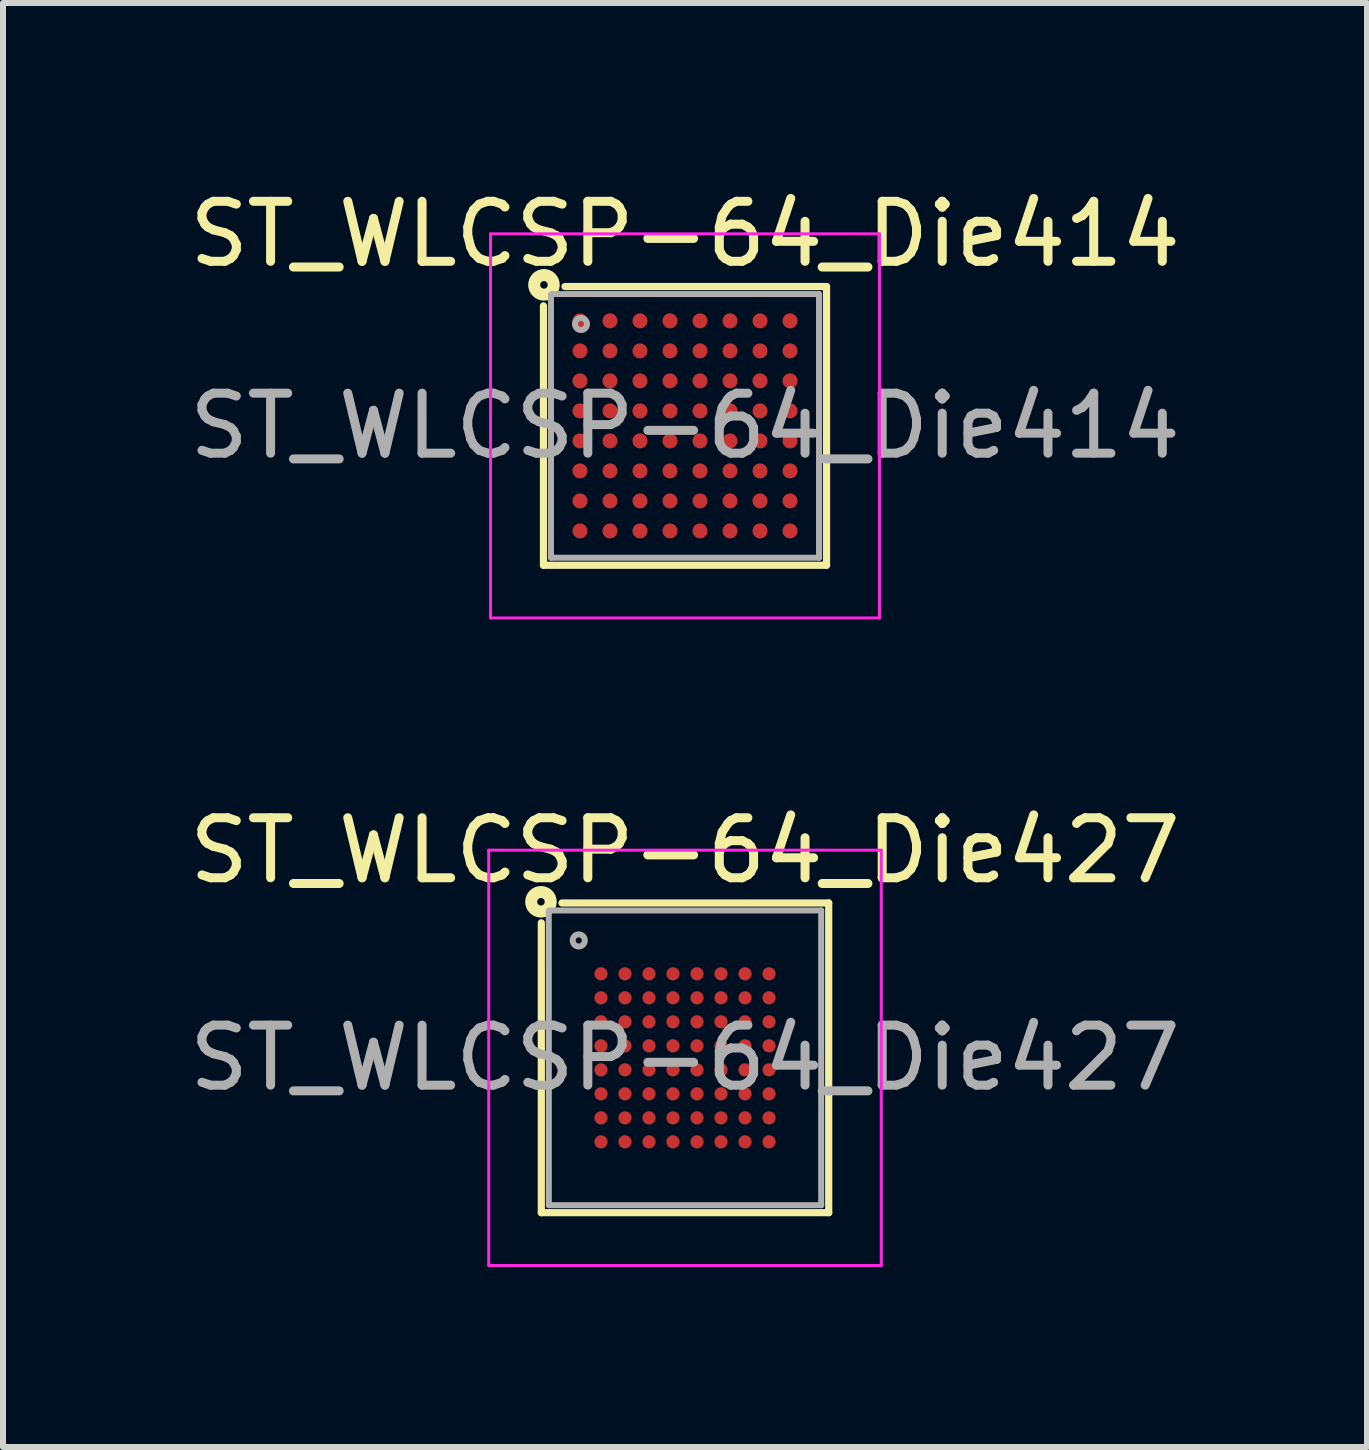
<source format=kicad_pcb>
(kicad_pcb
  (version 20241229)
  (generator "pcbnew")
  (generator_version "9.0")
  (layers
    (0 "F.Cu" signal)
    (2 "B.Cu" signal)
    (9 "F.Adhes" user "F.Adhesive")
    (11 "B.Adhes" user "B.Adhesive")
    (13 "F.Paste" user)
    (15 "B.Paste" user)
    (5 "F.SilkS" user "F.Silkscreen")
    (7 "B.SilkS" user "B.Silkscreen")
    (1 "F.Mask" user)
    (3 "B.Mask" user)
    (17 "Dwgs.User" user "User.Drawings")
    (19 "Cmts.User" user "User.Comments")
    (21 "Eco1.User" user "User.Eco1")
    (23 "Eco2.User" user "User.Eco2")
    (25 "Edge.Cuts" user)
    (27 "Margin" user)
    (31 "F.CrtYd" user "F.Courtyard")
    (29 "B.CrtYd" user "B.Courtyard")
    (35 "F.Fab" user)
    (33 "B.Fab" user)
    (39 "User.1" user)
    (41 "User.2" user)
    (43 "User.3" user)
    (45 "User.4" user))
  (footprint "ST_WLCSP-64_Die427"
    (layer "F.Cu")
    (at 8.363 14.575)
    (property "Reference" "ST_WLCSP-64_Die427" (at 0 -3.455 0) (layer "F.SilkS") (effects (font (size 1 1) (thickness 0.15))))
    (attr smd)
    (fp_line (start -2.394 2.58) (end -2.394 -2.25) (stroke (width 0.12) (type solid)) (layer "F.SilkS"))
    (fp_line (start -2.05 -2.58) (end 2.394 -2.58) (stroke (width 0.12) (type solid)) (layer "F.SilkS"))
    (fp_line (start 2.394 -2.58) (end 2.394 2.58) (stroke (width 0.12) (type solid)) (layer "F.SilkS"))
    (fp_line (start 2.394 2.58) (end -2.394 2.58) (stroke (width 0.12) (type solid)) (layer "F.SilkS"))
    (fp_circle (center -2.4 -2.6) (end -2.337 -2.6) (stroke (width 0.2) (type solid)) (fill no) (layer "F.SilkS"))
    (fp_line (start -3.27 -3.46) (end -3.27 3.46) (stroke (width 0.05) (type solid)) (layer "F.CrtYd"))
    (fp_line (start -3.27 3.46) (end 3.27 3.46) (stroke (width 0.05) (type solid)) (layer "F.CrtYd"))
    (fp_line (start 3.27 -3.46) (end -3.27 -3.46) (stroke (width 0.05) (type solid)) (layer "F.CrtYd"))
    (fp_line (start 3.27 3.46) (end 3.27 -3.46) (stroke (width 0.05) (type solid)) (layer "F.CrtYd"))
    (fp_line (start -2.269 2.455) (end -2.27 -2.45) (stroke (width 0.1) (type solid)) (layer "F.Fab"))
    (fp_line (start -2.26 -2.455) (end 2.269 -2.455) (stroke (width 0.1) (type solid)) (layer "F.Fab"))
    (fp_line (start 2.269 -2.455) (end 2.269 2.455) (stroke (width 0.1) (type solid)) (layer "F.Fab"))
    (fp_line (start 2.269 2.455) (end -2.269 2.455) (stroke (width 0.1) (type solid)) (layer "F.Fab"))
    (fp_circle (center -1.77 -1.956) (end -1.669 -1.956) (stroke (width 0.1) (type solid)) (fill no) (layer "F.Fab"))
    (fp_text user "${REFERENCE}" (at 0 0 0) (layer "F.Fab") (effects (font (size 1 1) (thickness 0.15))))
    (pad "A1" smd circle (at -1.4 -1.4) (size 0.22 0.22) (layers "F.Cu" "F.Mask" "F.Paste"))
    (pad "A2" smd circle (at -1 -1.4) (size 0.22 0.22) (layers "F.Cu" "F.Mask" "F.Paste"))
    (pad "A3" smd circle (at -0.6 -1.4) (size 0.22 0.22) (layers "F.Cu" "F.Mask" "F.Paste"))
    (pad "A4" smd circle (at -0.2 -1.4) (size 0.22 0.22) (layers "F.Cu" "F.Mask" "F.Paste"))
    (pad "A5" smd circle (at 0.2 -1.4) (size 0.22 0.22) (layers "F.Cu" "F.Mask" "F.Paste"))
    (pad "A6" smd circle (at 0.6 -1.4) (size 0.22 0.22) (layers "F.Cu" "F.Mask" "F.Paste"))
    (pad "A7" smd circle (at 1 -1.4) (size 0.22 0.22) (layers "F.Cu" "F.Mask" "F.Paste"))
    (pad "A8" smd circle (at 1.4 -1.4) (size 0.22 0.22) (layers "F.Cu" "F.Mask" "F.Paste"))
    (pad "B1" smd circle (at -1.4 -1) (size 0.22 0.22) (layers "F.Cu" "F.Mask" "F.Paste"))
    (pad "B2" smd circle (at -1 -1) (size 0.22 0.22) (layers "F.Cu" "F.Mask" "F.Paste"))
    (pad "B3" smd circle (at -0.6 -1) (size 0.22 0.22) (layers "F.Cu" "F.Mask" "F.Paste"))
    (pad "B4" smd circle (at -0.2 -1) (size 0.22 0.22) (layers "F.Cu" "F.Mask" "F.Paste"))
    (pad "B5" smd circle (at 0.2 -1) (size 0.22 0.22) (layers "F.Cu" "F.Mask" "F.Paste"))
    (pad "B6" smd circle (at 0.6 -1) (size 0.22 0.22) (layers "F.Cu" "F.Mask" "F.Paste"))
    (pad "B7" smd circle (at 1 -1) (size 0.22 0.22) (layers "F.Cu" "F.Mask" "F.Paste"))
    (pad "B8" smd circle (at 1.4 -1) (size 0.22 0.22) (layers "F.Cu" "F.Mask" "F.Paste"))
    (pad "C1" smd circle (at -1.4 -0.6) (size 0.22 0.22) (layers "F.Cu" "F.Mask" "F.Paste"))
    (pad "C2" smd circle (at -1 -0.6) (size 0.22 0.22) (layers "F.Cu" "F.Mask" "F.Paste"))
    (pad "C3" smd circle (at -0.6 -0.6) (size 0.22 0.22) (layers "F.Cu" "F.Mask" "F.Paste"))
    (pad "C4" smd circle (at -0.2 -0.6) (size 0.22 0.22) (layers "F.Cu" "F.Mask" "F.Paste"))
    (pad "C5" smd circle (at 0.2 -0.6) (size 0.22 0.22) (layers "F.Cu" "F.Mask" "F.Paste"))
    (pad "C6" smd circle (at 0.6 -0.6) (size 0.22 0.22) (layers "F.Cu" "F.Mask" "F.Paste"))
    (pad "C7" smd circle (at 1 -0.6) (size 0.22 0.22) (layers "F.Cu" "F.Mask" "F.Paste"))
    (pad "C8" smd circle (at 1.4 -0.6) (size 0.22 0.22) (layers "F.Cu" "F.Mask" "F.Paste"))
    (pad "D1" smd circle (at -1.4 -0.2) (size 0.22 0.22) (layers "F.Cu" "F.Mask" "F.Paste"))
    (pad "D2" smd circle (at -1 -0.2) (size 0.22 0.22) (layers "F.Cu" "F.Mask" "F.Paste"))
    (pad "D3" smd circle (at -0.6 -0.2) (size 0.22 0.22) (layers "F.Cu" "F.Mask" "F.Paste"))
    (pad "D4" smd circle (at -0.2 -0.2) (size 0.22 0.22) (layers "F.Cu" "F.Mask" "F.Paste"))
    (pad "D5" smd circle (at 0.2 -0.2) (size 0.22 0.22) (layers "F.Cu" "F.Mask" "F.Paste"))
    (pad "D6" smd circle (at 0.6 -0.2) (size 0.22 0.22) (layers "F.Cu" "F.Mask" "F.Paste"))
    (pad "D7" smd circle (at 1 -0.2) (size 0.22 0.22) (layers "F.Cu" "F.Mask" "F.Paste"))
    (pad "D8" smd circle (at 1.4 -0.2) (size 0.22 0.22) (layers "F.Cu" "F.Mask" "F.Paste"))
    (pad "E1" smd circle (at -1.4 0.2) (size 0.22 0.22) (layers "F.Cu" "F.Mask" "F.Paste"))
    (pad "E2" smd circle (at -1 0.2) (size 0.22 0.22) (layers "F.Cu" "F.Mask" "F.Paste"))
    (pad "E3" smd circle (at -0.6 0.2) (size 0.22 0.22) (layers "F.Cu" "F.Mask" "F.Paste"))
    (pad "E4" smd circle (at -0.2 0.2) (size 0.22 0.22) (layers "F.Cu" "F.Mask" "F.Paste"))
    (pad "E5" smd circle (at 0.2 0.2) (size 0.22 0.22) (layers "F.Cu" "F.Mask" "F.Paste"))
    (pad "E6" smd circle (at 0.6 0.2) (size 0.22 0.22) (layers "F.Cu" "F.Mask" "F.Paste"))
    (pad "E7" smd circle (at 1 0.2) (size 0.22 0.22) (layers "F.Cu" "F.Mask" "F.Paste"))
    (pad "E8" smd circle (at 1.4 0.2) (size 0.22 0.22) (layers "F.Cu" "F.Mask" "F.Paste"))
    (pad "F1" smd circle (at -1.4 0.6) (size 0.22 0.22) (layers "F.Cu" "F.Mask" "F.Paste"))
    (pad "F2" smd circle (at -1 0.6) (size 0.22 0.22) (layers "F.Cu" "F.Mask" "F.Paste"))
    (pad "F3" smd circle (at -0.6 0.6) (size 0.22 0.22) (layers "F.Cu" "F.Mask" "F.Paste"))
    (pad "F4" smd circle (at -0.2 0.6) (size 0.22 0.22) (layers "F.Cu" "F.Mask" "F.Paste"))
    (pad "F5" smd circle (at 0.2 0.6) (size 0.22 0.22) (layers "F.Cu" "F.Mask" "F.Paste"))
    (pad "F6" smd circle (at 0.6 0.6) (size 0.22 0.22) (layers "F.Cu" "F.Mask" "F.Paste"))
    (pad "F7" smd circle (at 1 0.6) (size 0.22 0.22) (layers "F.Cu" "F.Mask" "F.Paste"))
    (pad "F8" smd circle (at 1.4 0.6) (size 0.22 0.22) (layers "F.Cu" "F.Mask" "F.Paste"))
    (pad "G1" smd circle (at -1.4 1) (size 0.22 0.22) (layers "F.Cu" "F.Mask" "F.Paste"))
    (pad "G2" smd circle (at -1 1) (size 0.22 0.22) (layers "F.Cu" "F.Mask" "F.Paste"))
    (pad "G3" smd circle (at -0.6 1) (size 0.22 0.22) (layers "F.Cu" "F.Mask" "F.Paste"))
    (pad "G4" smd circle (at -0.2 1) (size 0.22 0.22) (layers "F.Cu" "F.Mask" "F.Paste"))
    (pad "G5" smd circle (at 0.2 1) (size 0.22 0.22) (layers "F.Cu" "F.Mask" "F.Paste"))
    (pad "G6" smd circle (at 0.6 1) (size 0.22 0.22) (layers "F.Cu" "F.Mask" "F.Paste"))
    (pad "G7" smd circle (at 1 1) (size 0.22 0.22) (layers "F.Cu" "F.Mask" "F.Paste"))
    (pad "G8" smd circle (at 1.4 1) (size 0.22 0.22) (layers "F.Cu" "F.Mask" "F.Paste"))
    (pad "H1" smd circle (at -1.4 1.4) (size 0.22 0.22) (layers "F.Cu" "F.Mask" "F.Paste"))
    (pad "H2" smd circle (at -1 1.4) (size 0.22 0.22) (layers "F.Cu" "F.Mask" "F.Paste"))
    (pad "H3" smd circle (at -0.6 1.4) (size 0.22 0.22) (layers "F.Cu" "F.Mask" "F.Paste"))
    (pad "H4" smd circle (at -0.2 1.4) (size 0.22 0.22) (layers "F.Cu" "F.Mask" "F.Paste"))
    (pad "H5" smd circle (at 0.2 1.4) (size 0.22 0.22) (layers "F.Cu" "F.Mask" "F.Paste"))
    (pad "H6" smd circle (at 0.6 1.4) (size 0.22 0.22) (layers "F.Cu" "F.Mask" "F.Paste"))
    (pad "H7" smd circle (at 1 1.4) (size 0.22 0.22) (layers "F.Cu" "F.Mask" "F.Paste"))
    (pad "H8" smd circle (at 1.4 1.4) (size 0.22 0.22) (layers "F.Cu" "F.Mask" "F.Paste")))
  (footprint "ST_WLCSP-64_Die414"
    (layer "F.Cu")
    (at 8.363 4.046)
    (property "Reference" "ST_WLCSP-64_Die414" (at 0 -3.197 0) (layer "F.SilkS") (effects (font (size 1 1) (thickness 0.15))))
    (attr smd)
    (fp_line (start -2.358 2.322) (end -2.358 -2) (stroke (width 0.12) (type solid)) (layer "F.SilkS"))
    (fp_line (start -2 -2.322) (end 2.358 -2.322) (stroke (width 0.12) (type solid)) (layer "F.SilkS"))
    (fp_line (start 2.358 -2.322) (end 2.358 2.322) (stroke (width 0.12) (type solid)) (layer "F.SilkS"))
    (fp_line (start 2.358 2.322) (end -2.358 2.322) (stroke (width 0.12) (type solid)) (layer "F.SilkS"))
    (fp_circle (center -2.35 -2.35) (end -2.287 -2.35) (stroke (width 0.2) (type solid)) (fill no) (layer "F.SilkS"))
    (fp_line (start -3.24 -3.2) (end -3.24 3.2) (stroke (width 0.05) (type solid)) (layer "F.CrtYd"))
    (fp_line (start -3.24 3.2) (end 3.24 3.2) (stroke (width 0.05) (type solid)) (layer "F.CrtYd"))
    (fp_line (start 3.24 -3.2) (end -3.24 -3.2) (stroke (width 0.05) (type solid)) (layer "F.CrtYd"))
    (fp_line (start 3.24 3.2) (end 3.24 -3.2) (stroke (width 0.05) (type solid)) (layer "F.CrtYd"))
    (fp_line (start -2.233 2.197) (end -2.233 -2.19) (stroke (width 0.1) (type solid)) (layer "F.Fab"))
    (fp_line (start -2.22 -2.197) (end 2.233 -2.197) (stroke (width 0.1) (type solid)) (layer "F.Fab"))
    (fp_line (start 2.233 -2.197) (end 2.233 2.197) (stroke (width 0.1) (type solid)) (layer "F.Fab"))
    (fp_line (start 2.233 2.197) (end -2.233 2.197) (stroke (width 0.1) (type solid)) (layer "F.Fab"))
    (fp_circle (center -1.733 -1.698) (end -1.633 -1.698) (stroke (width 0.1) (type solid)) (fill no) (layer "F.Fab"))
    (fp_text user "${REFERENCE}" (at 0 0 0) (layer "F.Fab") (effects (font (size 1 1) (thickness 0.15))))
    (pad "A1" smd circle (at -1.75 -1.75) (size 0.25 0.25) (layers "F.Cu" "F.Mask" "F.Paste"))
    (pad "A2" smd circle (at -1.25 -1.75) (size 0.25 0.25) (layers "F.Cu" "F.Mask" "F.Paste"))
    (pad "A3" smd circle (at -0.75 -1.75) (size 0.25 0.25) (layers "F.Cu" "F.Mask" "F.Paste"))
    (pad "A4" smd circle (at -0.25 -1.75) (size 0.25 0.25) (layers "F.Cu" "F.Mask" "F.Paste"))
    (pad "A5" smd circle (at 0.25 -1.75) (size 0.25 0.25) (layers "F.Cu" "F.Mask" "F.Paste"))
    (pad "A6" smd circle (at 0.75 -1.75) (size 0.25 0.25) (layers "F.Cu" "F.Mask" "F.Paste"))
    (pad "A7" smd circle (at 1.25 -1.75) (size 0.25 0.25) (layers "F.Cu" "F.Mask" "F.Paste"))
    (pad "A8" smd circle (at 1.75 -1.75) (size 0.25 0.25) (layers "F.Cu" "F.Mask" "F.Paste"))
    (pad "B1" smd circle (at -1.75 -1.25) (size 0.25 0.25) (layers "F.Cu" "F.Mask" "F.Paste"))
    (pad "B2" smd circle (at -1.25 -1.25) (size 0.25 0.25) (layers "F.Cu" "F.Mask" "F.Paste"))
    (pad "B3" smd circle (at -0.75 -1.25) (size 0.25 0.25) (layers "F.Cu" "F.Mask" "F.Paste"))
    (pad "B4" smd circle (at -0.25 -1.25) (size 0.25 0.25) (layers "F.Cu" "F.Mask" "F.Paste"))
    (pad "B5" smd circle (at 0.25 -1.25) (size 0.25 0.25) (layers "F.Cu" "F.Mask" "F.Paste"))
    (pad "B6" smd circle (at 0.75 -1.25) (size 0.25 0.25) (layers "F.Cu" "F.Mask" "F.Paste"))
    (pad "B7" smd circle (at 1.25 -1.25) (size 0.25 0.25) (layers "F.Cu" "F.Mask" "F.Paste"))
    (pad "B8" smd circle (at 1.75 -1.25) (size 0.25 0.25) (layers "F.Cu" "F.Mask" "F.Paste"))
    (pad "C1" smd circle (at -1.75 -0.75) (size 0.25 0.25) (layers "F.Cu" "F.Mask" "F.Paste"))
    (pad "C2" smd circle (at -1.25 -0.75) (size 0.25 0.25) (layers "F.Cu" "F.Mask" "F.Paste"))
    (pad "C3" smd circle (at -0.75 -0.75) (size 0.25 0.25) (layers "F.Cu" "F.Mask" "F.Paste"))
    (pad "C4" smd circle (at -0.25 -0.75) (size 0.25 0.25) (layers "F.Cu" "F.Mask" "F.Paste"))
    (pad "C5" smd circle (at 0.25 -0.75) (size 0.25 0.25) (layers "F.Cu" "F.Mask" "F.Paste"))
    (pad "C6" smd circle (at 0.75 -0.75) (size 0.25 0.25) (layers "F.Cu" "F.Mask" "F.Paste"))
    (pad "C7" smd circle (at 1.25 -0.75) (size 0.25 0.25) (layers "F.Cu" "F.Mask" "F.Paste"))
    (pad "C8" smd circle (at 1.75 -0.75) (size 0.25 0.25) (layers "F.Cu" "F.Mask" "F.Paste"))
    (pad "D1" smd circle (at -1.75 -0.25) (size 0.25 0.25) (layers "F.Cu" "F.Mask" "F.Paste"))
    (pad "D2" smd circle (at -1.25 -0.25) (size 0.25 0.25) (layers "F.Cu" "F.Mask" "F.Paste"))
    (pad "D3" smd circle (at -0.75 -0.25) (size 0.25 0.25) (layers "F.Cu" "F.Mask" "F.Paste"))
    (pad "D4" smd circle (at -0.25 -0.25) (size 0.25 0.25) (layers "F.Cu" "F.Mask" "F.Paste"))
    (pad "D5" smd circle (at 0.25 -0.25) (size 0.25 0.25) (layers "F.Cu" "F.Mask" "F.Paste"))
    (pad "D6" smd circle (at 0.75 -0.25) (size 0.25 0.25) (layers "F.Cu" "F.Mask" "F.Paste"))
    (pad "D7" smd circle (at 1.25 -0.25) (size 0.25 0.25) (layers "F.Cu" "F.Mask" "F.Paste"))
    (pad "D8" smd circle (at 1.75 -0.25) (size 0.25 0.25) (layers "F.Cu" "F.Mask" "F.Paste"))
    (pad "E1" smd circle (at -1.75 0.25) (size 0.25 0.25) (layers "F.Cu" "F.Mask" "F.Paste"))
    (pad "E2" smd circle (at -1.25 0.25) (size 0.25 0.25) (layers "F.Cu" "F.Mask" "F.Paste"))
    (pad "E3" smd circle (at -0.75 0.25) (size 0.25 0.25) (layers "F.Cu" "F.Mask" "F.Paste"))
    (pad "E4" smd circle (at -0.25 0.25) (size 0.25 0.25) (layers "F.Cu" "F.Mask" "F.Paste"))
    (pad "E5" smd circle (at 0.25 0.25) (size 0.25 0.25) (layers "F.Cu" "F.Mask" "F.Paste"))
    (pad "E6" smd circle (at 0.75 0.25) (size 0.25 0.25) (layers "F.Cu" "F.Mask" "F.Paste"))
    (pad "E7" smd circle (at 1.25 0.25) (size 0.25 0.25) (layers "F.Cu" "F.Mask" "F.Paste"))
    (pad "E8" smd circle (at 1.75 0.25) (size 0.25 0.25) (layers "F.Cu" "F.Mask" "F.Paste"))
    (pad "F1" smd circle (at -1.75 0.75) (size 0.25 0.25) (layers "F.Cu" "F.Mask" "F.Paste"))
    (pad "F2" smd circle (at -1.25 0.75) (size 0.25 0.25) (layers "F.Cu" "F.Mask" "F.Paste"))
    (pad "F3" smd circle (at -0.75 0.75) (size 0.25 0.25) (layers "F.Cu" "F.Mask" "F.Paste"))
    (pad "F4" smd circle (at -0.25 0.75) (size 0.25 0.25) (layers "F.Cu" "F.Mask" "F.Paste"))
    (pad "F5" smd circle (at 0.25 0.75) (size 0.25 0.25) (layers "F.Cu" "F.Mask" "F.Paste"))
    (pad "F6" smd circle (at 0.75 0.75) (size 0.25 0.25) (layers "F.Cu" "F.Mask" "F.Paste"))
    (pad "F7" smd circle (at 1.25 0.75) (size 0.25 0.25) (layers "F.Cu" "F.Mask" "F.Paste"))
    (pad "F8" smd circle (at 1.75 0.75) (size 0.25 0.25) (layers "F.Cu" "F.Mask" "F.Paste"))
    (pad "G1" smd circle (at -1.75 1.25) (size 0.25 0.25) (layers "F.Cu" "F.Mask" "F.Paste"))
    (pad "G2" smd circle (at -1.25 1.25) (size 0.25 0.25) (layers "F.Cu" "F.Mask" "F.Paste"))
    (pad "G3" smd circle (at -0.75 1.25) (size 0.25 0.25) (layers "F.Cu" "F.Mask" "F.Paste"))
    (pad "G4" smd circle (at -0.25 1.25) (size 0.25 0.25) (layers "F.Cu" "F.Mask" "F.Paste"))
    (pad "G5" smd circle (at 0.25 1.25) (size 0.25 0.25) (layers "F.Cu" "F.Mask" "F.Paste"))
    (pad "G6" smd circle (at 0.75 1.25) (size 0.25 0.25) (layers "F.Cu" "F.Mask" "F.Paste"))
    (pad "G7" smd circle (at 1.25 1.25) (size 0.25 0.25) (layers "F.Cu" "F.Mask" "F.Paste"))
    (pad "G8" smd circle (at 1.75 1.25) (size 0.25 0.25) (layers "F.Cu" "F.Mask" "F.Paste"))
    (pad "H1" smd circle (at -1.75 1.75) (size 0.25 0.25) (layers "F.Cu" "F.Mask" "F.Paste"))
    (pad "H2" smd circle (at -1.25 1.75) (size 0.25 0.25) (layers "F.Cu" "F.Mask" "F.Paste"))
    (pad "H3" smd circle (at -0.75 1.75) (size 0.25 0.25) (layers "F.Cu" "F.Mask" "F.Paste"))
    (pad "H4" smd circle (at -0.25 1.75) (size 0.25 0.25) (layers "F.Cu" "F.Mask" "F.Paste"))
    (pad "H5" smd circle (at 0.25 1.75) (size 0.25 0.25) (layers "F.Cu" "F.Mask" "F.Paste"))
    (pad "H6" smd circle (at 0.75 1.75) (size 0.25 0.25) (layers "F.Cu" "F.Mask" "F.Paste"))
    (pad "H7" smd circle (at 1.25 1.75) (size 0.25 0.25) (layers "F.Cu" "F.Mask" "F.Paste"))
    (pad "H8" smd circle (at 1.75 1.75) (size 0.25 0.25) (layers "F.Cu" "F.Mask" "F.Paste")))
  (gr_rect
    (start -3 -3)
    (end 19.726 21.059)
    (stroke (width 0.1) (type default))
    (fill no)
    (layer "Edge.Cuts")))
</source>
